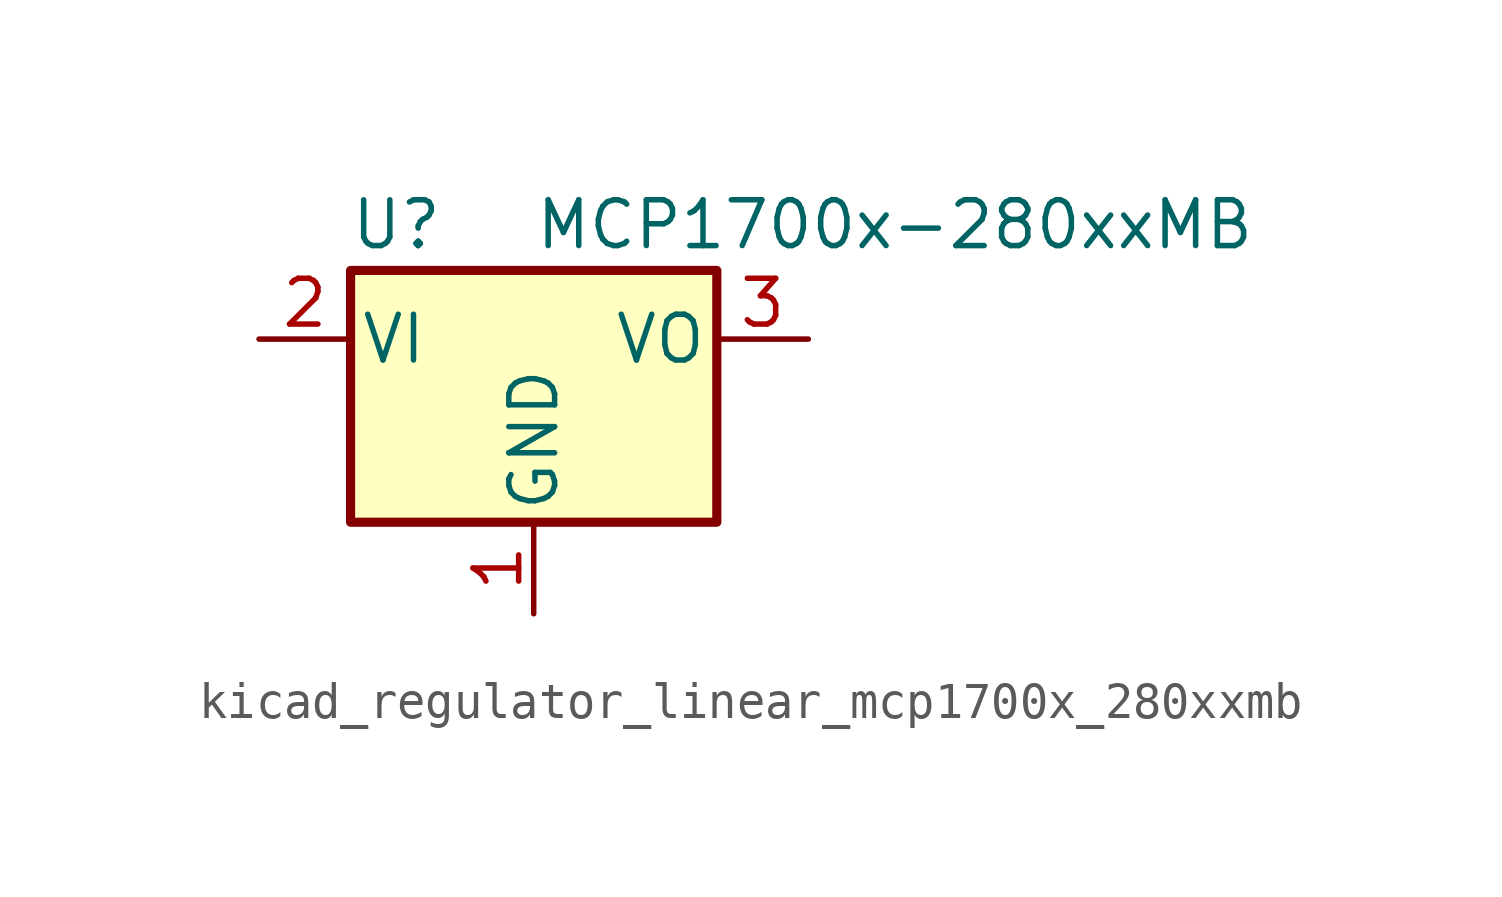
<source format=kicad_sym>
(kicad_symbol_lib
  (version 20220914)
  (generator kicad_symbol_editor)
  (symbol "kicad_regulator_linear_mcp1700x_280xxmb"
    (pin_names
      (offset 0.254))
    (property "Reference" "U"
      (at -3.81 3.175 0)
      (effects (font (size 1.27 1.27))))
    (property "Value" "MCP1700x-280xxMB"
      (at 0 3.175 0)
      (effects (font (size 1.27 1.27)) (justify left)))
    (symbol "kicad_regulator_linear_mcp1700x_280xxmb_0_1"
      (rectangle (start -5.08 -5.08) (end 5.08 1.905) (stroke (width 0.254) (type default)) (fill (type background))))
    (symbol "kicad_regulator_linear_mcp1700x_280xxmb_1_1"
      (pin power_in line (at 0 -7.62 90) (length 2.54) (name "GND" (effects (font (size 1.27 1.27)))) (number "1" (effects (font (size 1.27 1.27)))))
      (pin power_in line (at -7.62 0 0) (length 2.54) (name "VI" (effects (font (size 1.27 1.27)))) (number "2" (effects (font (size 1.27 1.27)))))
      (pin power_out line (at 7.62 0 180) (length 2.54) (name "VO" (effects (font (size 1.27 1.27)))) (number "3" (effects (font (size 1.27 1.27))))))))
</source>
